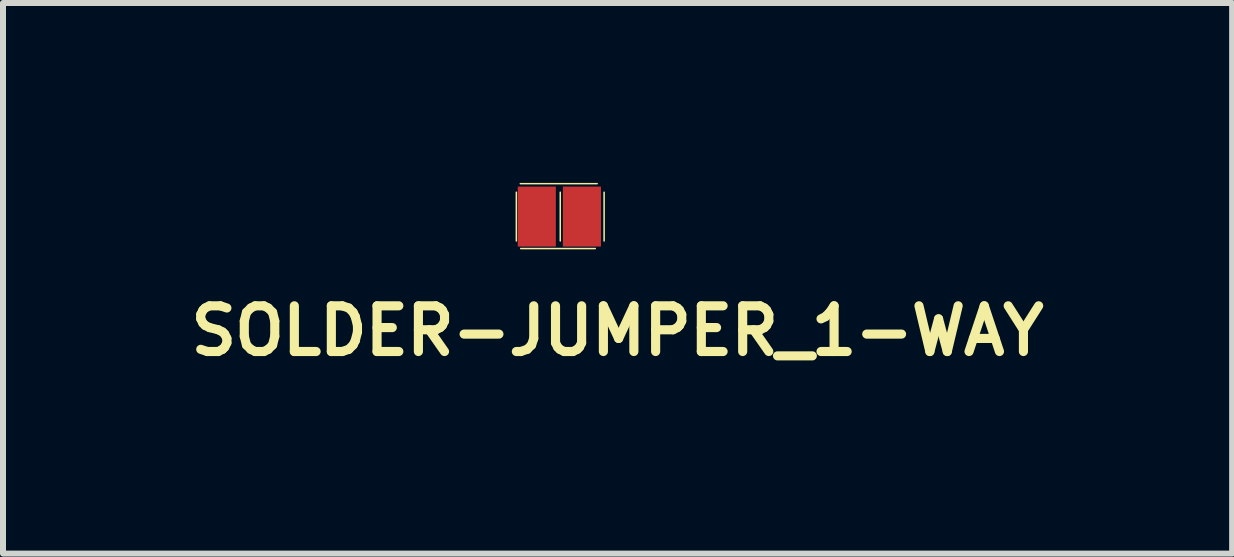
<source format=kicad_pcb>
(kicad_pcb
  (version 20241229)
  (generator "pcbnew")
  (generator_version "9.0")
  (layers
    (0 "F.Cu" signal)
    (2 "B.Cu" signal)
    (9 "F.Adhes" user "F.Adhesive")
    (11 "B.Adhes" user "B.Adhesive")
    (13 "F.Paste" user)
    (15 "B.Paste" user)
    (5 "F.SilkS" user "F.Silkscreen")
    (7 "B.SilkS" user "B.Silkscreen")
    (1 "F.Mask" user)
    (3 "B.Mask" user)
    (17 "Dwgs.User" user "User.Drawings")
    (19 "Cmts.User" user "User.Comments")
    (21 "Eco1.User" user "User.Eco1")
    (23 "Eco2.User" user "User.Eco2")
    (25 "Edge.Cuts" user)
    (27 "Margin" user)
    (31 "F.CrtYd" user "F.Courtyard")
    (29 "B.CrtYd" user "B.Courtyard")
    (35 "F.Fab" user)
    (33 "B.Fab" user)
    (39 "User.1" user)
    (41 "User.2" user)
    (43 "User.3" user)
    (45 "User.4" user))
  (footprint "SOLDER-JUMPER_1-WAY"
    (layer "F.Cu")
    (at 7.246 0.561)
    (property "Reference" "SOLDER-JUMPER_1-WAY" (at 0 1.905 0) (layer "F.SilkS") (effects (font (size 0.762 0.762) (thickness 0.152))))
    (attr through_hole)
    (fp_line (start -1.687 -0.406) (end -1.687 0.406) (stroke (width 0.025) (type solid)) (layer "F.SilkS"))
    (fp_line (start -1.615 0.533) (end -0.371 0.533) (stroke (width 0.025) (type solid)) (layer "F.SilkS"))
    (fp_line (start -0.955 -0.406) (end -0.955 0.406) (stroke (width 0.025) (type solid)) (layer "F.SilkS"))
    (fp_line (start -0.34 -0.549) (end -1.621 -0.549) (stroke (width 0.025) (type solid)) (layer "F.SilkS"))
    (fp_line (start -0.224 -0.406) (end -0.224 0.406) (stroke (width 0.025) (type solid)) (layer "F.SilkS"))
    (pad "1" smd rect (at -1.346 0) (size 0.635 1) (layers "F.Cu" "F.Mask" "F.Paste"))
    (pad "2" smd rect (at -0.594 0) (size 0.635 1) (layers "F.Cu" "F.Mask" "F.Paste")))
  (gr_rect
    (start -3 -3)
    (end 17.493 6.18)
    (stroke (width 0.1) (type default))
    (fill no)
    (layer "Edge.Cuts")))
</source>
